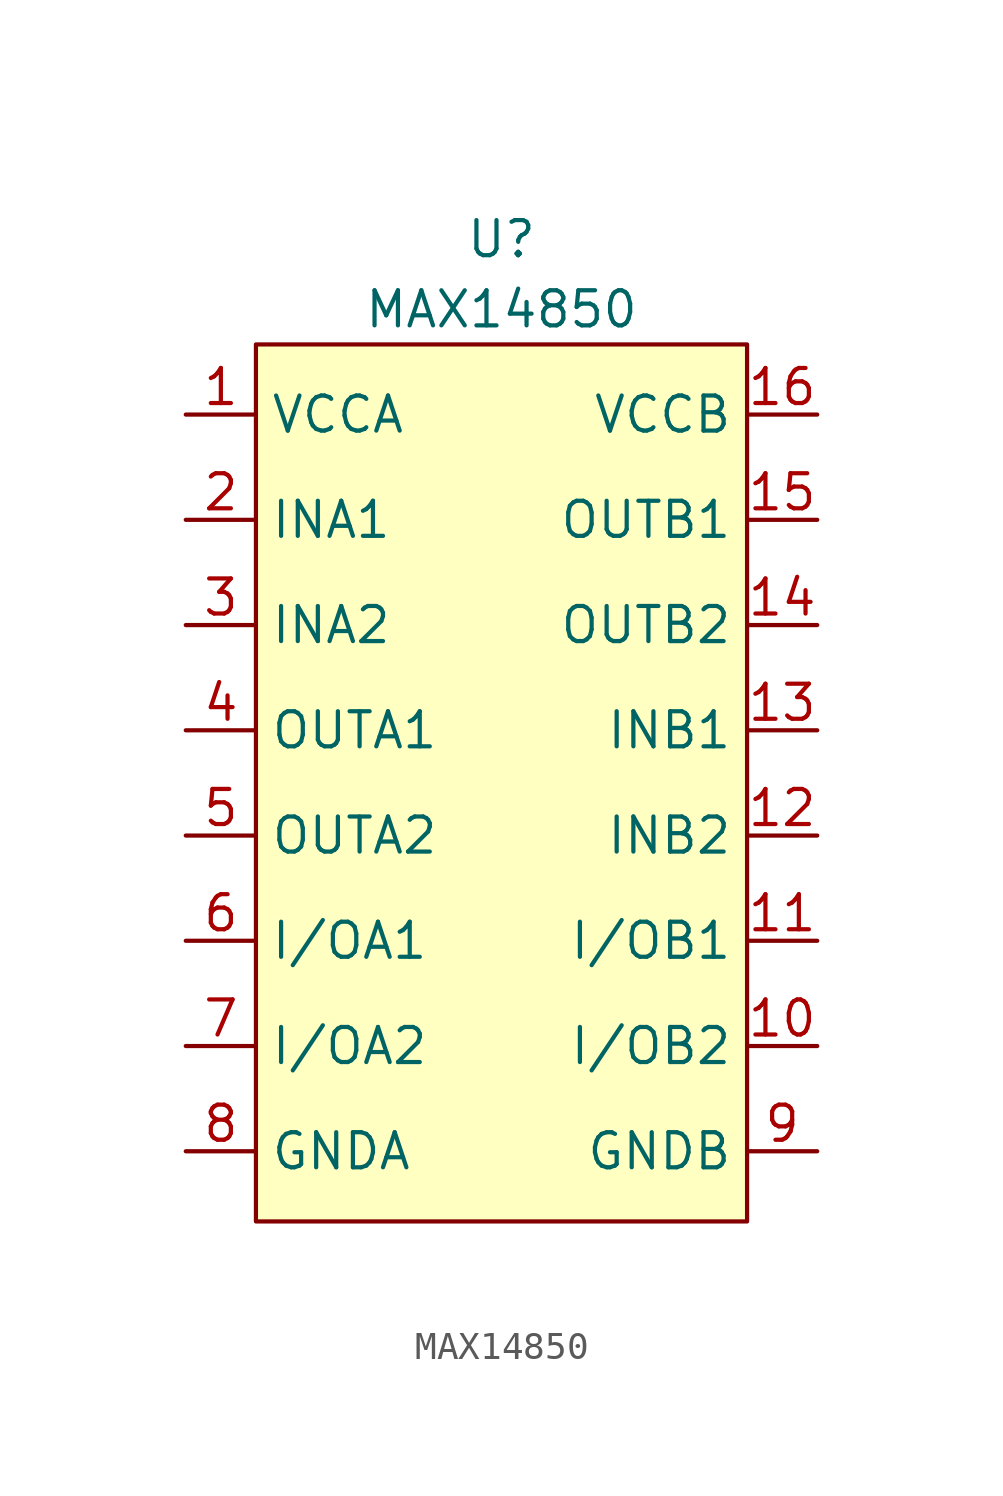
<source format=kicad_sym>
(kicad_symbol_lib
  (version 20211014)
  (generator kicad_symbol_editor)
  (symbol "MAX14850"
    (property "Reference" "U"
      (at 0 7.62 0)
      (effects (font (size 1.27 1.27))))
    (property "Value" "MAX14850"
      (at 0 5.08 0)
      (effects (font (size 1.27 1.27))))
    (symbol "MAX14850_0_1"
      (rectangle (start -8.89 3.81) (end 8.89 -27.94) (stroke (width 0) (type default) (color 0 0 0 0)) (fill (type background))))
    (symbol "MAX14850_1_1"
      (pin power_in line (at -11.43 1.27 0) (length 2.54) (name "VCCA" (effects (font (size 1.27 1.27)))) (number "1" (effects (font (size 1.27 1.27)))))
      (pin bidirectional line (at 11.43 -21.59 180) (length 2.54) (name "I/OB2" (effects (font (size 1.27 1.27)))) (number "10" (effects (font (size 1.27 1.27)))))
      (pin bidirectional line (at 11.43 -17.78 180) (length 2.54) (name "I/OB1" (effects (font (size 1.27 1.27)))) (number "11" (effects (font (size 1.27 1.27)))))
      (pin input line (at 11.43 -13.97 180) (length 2.54) (name "INB2" (effects (font (size 1.27 1.27)))) (number "12" (effects (font (size 1.27 1.27)))))
      (pin input line (at 11.43 -10.16 180) (length 2.54) (name "INB1" (effects (font (size 1.27 1.27)))) (number "13" (effects (font (size 1.27 1.27)))))
      (pin output line (at 11.43 -6.35 180) (length 2.54) (name "OUTB2" (effects (font (size 1.27 1.27)))) (number "14" (effects (font (size 1.27 1.27)))))
      (pin output line (at 11.43 -2.54 180) (length 2.54) (name "OUTB1" (effects (font (size 1.27 1.27)))) (number "15" (effects (font (size 1.27 1.27)))))
      (pin power_in line (at 11.43 1.27 180) (length 2.54) (name "VCCB" (effects (font (size 1.27 1.27)))) (number "16" (effects (font (size 1.27 1.27)))))
      (pin input line (at -11.43 -2.54 0) (length 2.54) (name "INA1" (effects (font (size 1.27 1.27)))) (number "2" (effects (font (size 1.27 1.27)))))
      (pin input line (at -11.43 -6.35 0) (length 2.54) (name "INA2" (effects (font (size 1.27 1.27)))) (number "3" (effects (font (size 1.27 1.27)))))
      (pin output line (at -11.43 -10.16 0) (length 2.54) (name "OUTA1" (effects (font (size 1.27 1.27)))) (number "4" (effects (font (size 1.27 1.27)))))
      (pin output line (at -11.43 -13.97 0) (length 2.54) (name "OUTA2" (effects (font (size 1.27 1.27)))) (number "5" (effects (font (size 1.27 1.27)))))
      (pin bidirectional line (at -11.43 -17.78 0) (length 2.54) (name "I/OA1" (effects (font (size 1.27 1.27)))) (number "6" (effects (font (size 1.27 1.27)))))
      (pin bidirectional line (at -11.43 -21.59 0) (length 2.54) (name "I/OA2" (effects (font (size 1.27 1.27)))) (number "7" (effects (font (size 1.27 1.27)))))
      (pin power_out line (at -11.43 -25.4 0) (length 2.54) (name "GNDA" (effects (font (size 1.27 1.27)))) (number "8" (effects (font (size 1.27 1.27)))))
      (pin power_out line (at 11.43 -25.4 180) (length 2.54) (name "GNDB" (effects (font (size 1.27 1.27)))) (number "9" (effects (font (size 1.27 1.27))))))))
</source>
